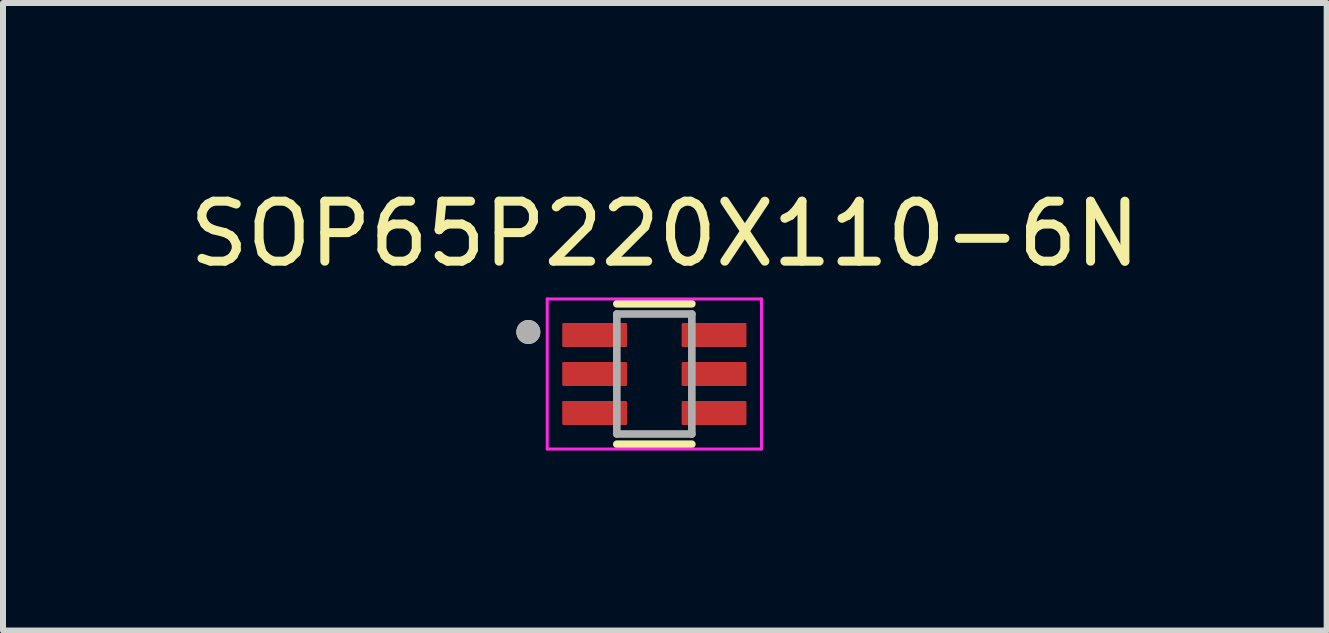
<source format=kicad_pcb>
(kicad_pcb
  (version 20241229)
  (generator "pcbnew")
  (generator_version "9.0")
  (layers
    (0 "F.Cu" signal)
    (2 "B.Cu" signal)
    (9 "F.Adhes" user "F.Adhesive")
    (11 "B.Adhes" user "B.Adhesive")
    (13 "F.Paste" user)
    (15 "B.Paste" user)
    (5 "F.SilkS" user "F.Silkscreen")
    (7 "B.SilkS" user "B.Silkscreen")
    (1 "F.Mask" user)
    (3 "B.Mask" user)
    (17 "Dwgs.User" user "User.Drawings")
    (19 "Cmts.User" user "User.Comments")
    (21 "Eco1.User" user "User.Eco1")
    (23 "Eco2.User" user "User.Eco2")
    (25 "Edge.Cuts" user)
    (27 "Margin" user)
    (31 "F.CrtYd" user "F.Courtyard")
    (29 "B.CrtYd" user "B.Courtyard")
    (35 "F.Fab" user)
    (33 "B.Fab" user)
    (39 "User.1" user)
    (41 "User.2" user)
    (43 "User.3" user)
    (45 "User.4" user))
  (footprint "SOP65P220X110-6N"
    (layer "F.Cu")
    (at 7.855 3.183)
    (property "Reference" "SOP65P220X110-6N" (at 0.175 -2.335 0) (layer "F.SilkS") (effects (font (size 1 1) (thickness 0.15))))
    (attr through_hole)
    (fp_line (start -0.625 1.17) (end 0.625 1.17) (stroke (width 0.127) (type solid)) (layer "F.SilkS"))
    (fp_line (start 0.625 -1.17) (end -0.625 -1.17) (stroke (width 0.127) (type solid)) (layer "F.SilkS"))
    (fp_circle (center -2.1 -0.7) (end -2 -0.7) (stroke (width 0.2) (type solid)) (fill no) (layer "F.SilkS"))
    (fp_line (start -1.785 -1.25) (end 1.785 -1.25) (stroke (width 0.05) (type solid)) (layer "F.CrtYd"))
    (fp_line (start -1.785 1.25) (end -1.785 -1.25) (stroke (width 0.05) (type solid)) (layer "F.CrtYd"))
    (fp_line (start 1.785 -1.25) (end 1.785 1.25) (stroke (width 0.05) (type solid)) (layer "F.CrtYd"))
    (fp_line (start 1.785 1.25) (end -1.785 1.25) (stroke (width 0.05) (type solid)) (layer "F.CrtYd"))
    (fp_line (start -0.625 -1) (end -0.625 1) (stroke (width 0.127) (type solid)) (layer "F.Fab"))
    (fp_line (start -0.625 1) (end 0.625 1) (stroke (width 0.127) (type solid)) (layer "F.Fab"))
    (fp_line (start 0.625 -1) (end -0.625 -1) (stroke (width 0.127) (type solid)) (layer "F.Fab"))
    (fp_line (start 0.625 -1) (end 0.625 1) (stroke (width 0.127) (type solid)) (layer "F.Fab"))
    (fp_circle (center -2.1 -0.7) (end -2 -0.7) (stroke (width 0.2) (type solid)) (fill no) (layer "F.Fab"))
    (pad "1" smd roundrect (at -0.995 -0.65) (size 1.08 0.4) (layers "F.Cu" "F.Mask" "F.Paste") (roundrect_rratio 0.05))
    (pad "2" smd roundrect (at -0.995 0) (size 1.08 0.4) (layers "F.Cu" "F.Mask" "F.Paste") (roundrect_rratio 0.05))
    (pad "3" smd roundrect (at -0.995 0.65) (size 1.08 0.4) (layers "F.Cu" "F.Mask" "F.Paste") (roundrect_rratio 0.05))
    (pad "4" smd roundrect (at 0.995 0.65) (size 1.08 0.4) (layers "F.Cu" "F.Mask" "F.Paste") (roundrect_rratio 0.05))
    (pad "5" smd roundrect (at 0.995 0) (size 1.08 0.4) (layers "F.Cu" "F.Mask" "F.Paste") (roundrect_rratio 0.05))
    (pad "6" smd roundrect (at 0.995 -0.65) (size 1.08 0.4) (layers "F.Cu" "F.Mask" "F.Paste") (roundrect_rratio 0.05)))
  (gr_rect
    (start -3 -3)
    (end 19.06 7.458)
    (stroke (width 0.1) (type default))
    (fill no)
    (layer "Edge.Cuts")))
</source>
